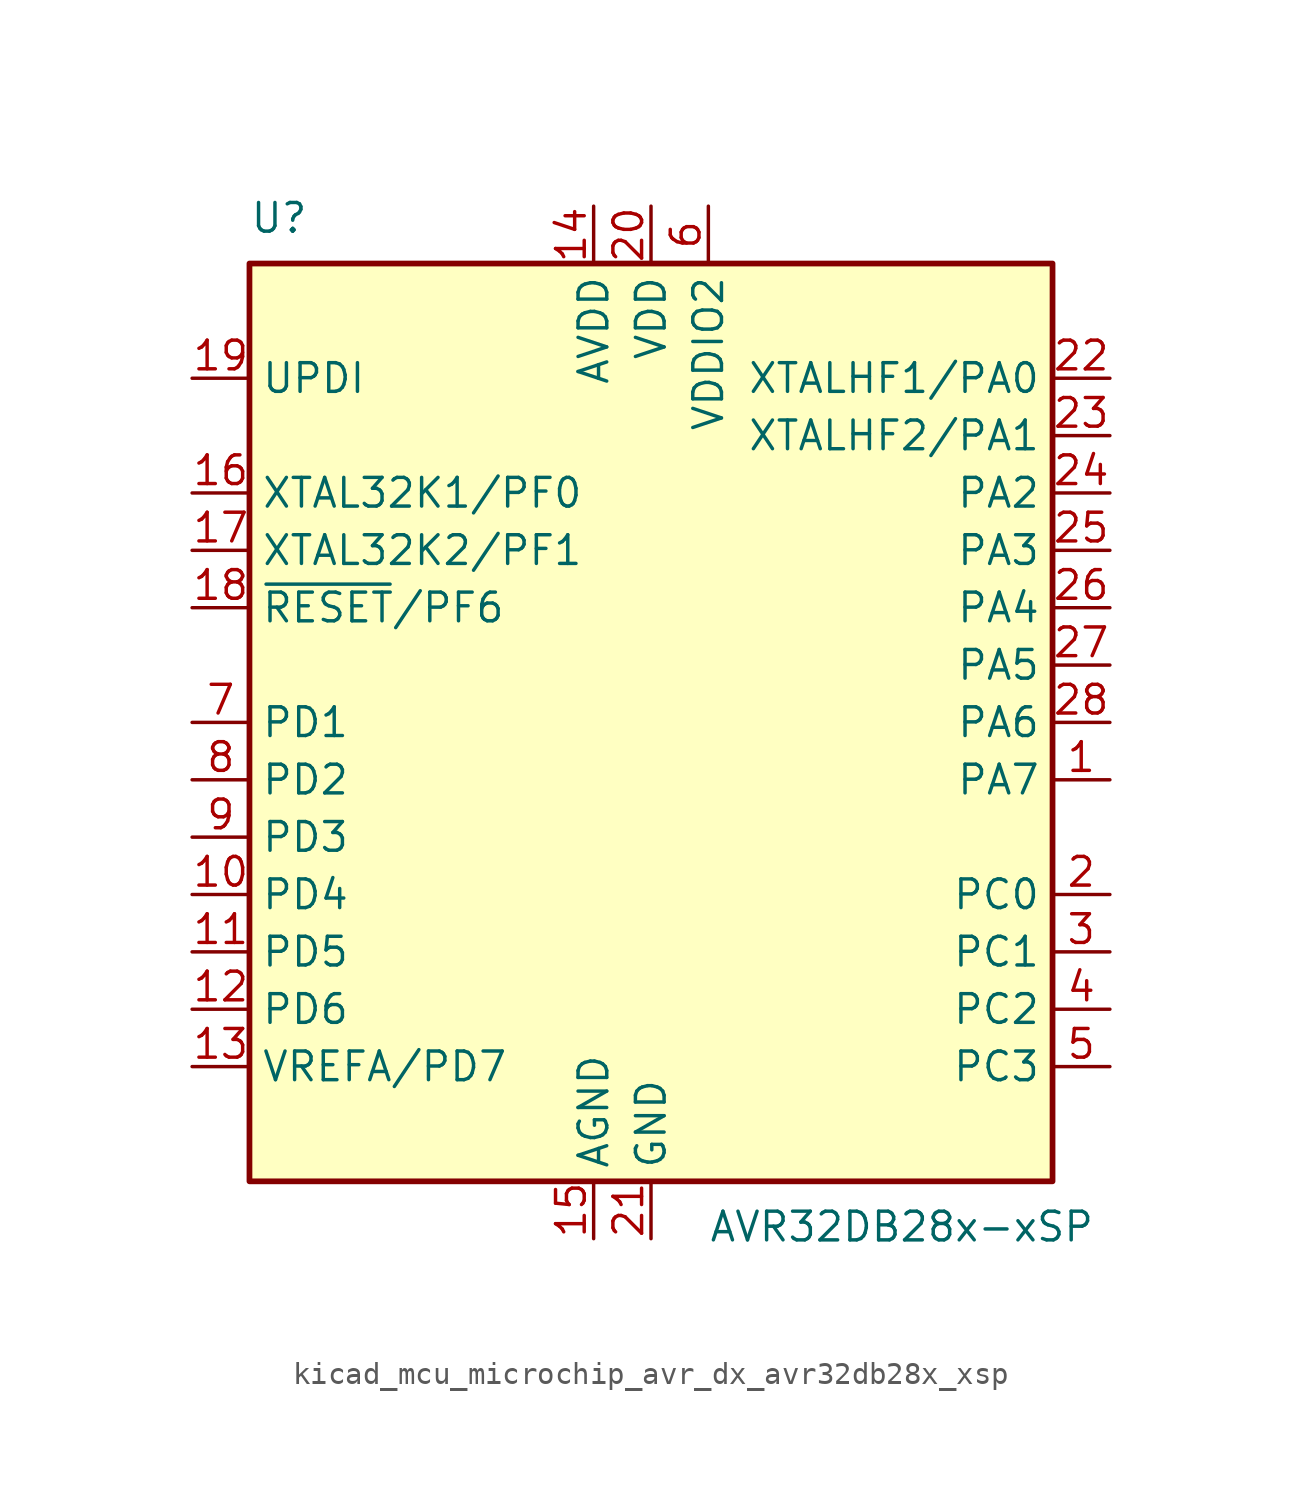
<source format=kicad_sym>
(kicad_symbol_lib
  (version 20220914)
  (generator kicad_symbol_editor)
  (symbol "kicad_mcu_microchip_avr_dx_avr32db28x_xsp"
    (property "Reference" "U"
      (at -17.78 21.59 0)
      (effects (font (size 1.27 1.27)) (justify left bottom)))
    (property "Value" "AVR32DB28x-xSP"
      (at 2.54 -21.59 0)
      (effects (font (size 1.27 1.27)) (justify left top)))
    (symbol "kicad_mcu_microchip_avr_dx_avr32db28x_xsp_0_1"
      (rectangle (start -17.78 20.32) (end 17.78 -20.32) (stroke (width 0.254) (type default)) (fill (type background))))
    (symbol "kicad_mcu_microchip_avr_dx_avr32db28x_xsp_1_1"
      (pin bidirectional line (at 20.32 -2.54 180) (length 2.54) (name "PA7" (effects (font (size 1.27 1.27)))) (number "1" (effects (font (size 1.27 1.27)))))
      (pin bidirectional line (at -20.32 -7.62 0) (length 2.54) (name "PD4" (effects (font (size 1.27 1.27)))) (number "10" (effects (font (size 1.27 1.27)))))
      (pin bidirectional line (at -20.32 -10.16 0) (length 2.54) (name "PD5" (effects (font (size 1.27 1.27)))) (number "11" (effects (font (size 1.27 1.27)))))
      (pin bidirectional line (at -20.32 -12.7 0) (length 2.54) (name "PD6" (effects (font (size 1.27 1.27)))) (number "12" (effects (font (size 1.27 1.27)))))
      (pin bidirectional line (at -20.32 -15.24 0) (length 2.54) (name "VREFA/PD7" (effects (font (size 1.27 1.27)))) (number "13" (effects (font (size 1.27 1.27)))))
      (pin power_in line (at -2.54 22.86 270) (length 2.54) (name "AVDD" (effects (font (size 1.27 1.27)))) (number "14" (effects (font (size 1.27 1.27)))))
      (pin power_in line (at -2.54 -22.86 90) (length 2.54) (name "AGND" (effects (font (size 1.27 1.27)))) (number "15" (effects (font (size 1.27 1.27)))))
      (pin bidirectional line (at -20.32 10.16 0) (length 2.54) (name "XTAL32K1/PF0" (effects (font (size 1.27 1.27)))) (number "16" (effects (font (size 1.27 1.27)))))
      (pin bidirectional line (at -20.32 7.62 0) (length 2.54) (name "XTAL32K2/PF1" (effects (font (size 1.27 1.27)))) (number "17" (effects (font (size 1.27 1.27)))))
      (pin bidirectional line (at -20.32 5.08 0) (length 2.54) (name "~{RESET}/PF6" (effects (font (size 1.27 1.27)))) (number "18" (effects (font (size 1.27 1.27)))))
      (pin input line (at -20.32 15.24 0) (length 2.54) (name "UPDI" (effects (font (size 1.27 1.27)))) (number "19" (effects (font (size 1.27 1.27)))))
      (pin bidirectional line (at 20.32 -7.62 180) (length 2.54) (name "PC0" (effects (font (size 1.27 1.27)))) (number "2" (effects (font (size 1.27 1.27)))))
      (pin power_in line (at 0 22.86 270) (length 2.54) (name "VDD" (effects (font (size 1.27 1.27)))) (number "20" (effects (font (size 1.27 1.27)))))
      (pin power_in line (at 0 -22.86 90) (length 2.54) (name "GND" (effects (font (size 1.27 1.27)))) (number "21" (effects (font (size 1.27 1.27)))))
      (pin bidirectional line (at 20.32 15.24 180) (length 2.54) (name "XTALHF1/PA0" (effects (font (size 1.27 1.27)))) (number "22" (effects (font (size 1.27 1.27)))))
      (pin bidirectional line (at 20.32 12.7 180) (length 2.54) (name "XTALHF2/PA1" (effects (font (size 1.27 1.27)))) (number "23" (effects (font (size 1.27 1.27)))))
      (pin bidirectional line (at 20.32 10.16 180) (length 2.54) (name "PA2" (effects (font (size 1.27 1.27)))) (number "24" (effects (font (size 1.27 1.27)))))
      (pin bidirectional line (at 20.32 7.62 180) (length 2.54) (name "PA3" (effects (font (size 1.27 1.27)))) (number "25" (effects (font (size 1.27 1.27)))))
      (pin bidirectional line (at 20.32 5.08 180) (length 2.54) (name "PA4" (effects (font (size 1.27 1.27)))) (number "26" (effects (font (size 1.27 1.27)))))
      (pin bidirectional line (at 20.32 2.54 180) (length 2.54) (name "PA5" (effects (font (size 1.27 1.27)))) (number "27" (effects (font (size 1.27 1.27)))))
      (pin bidirectional line (at 20.32 0 180) (length 2.54) (name "PA6" (effects (font (size 1.27 1.27)))) (number "28" (effects (font (size 1.27 1.27)))))
      (pin bidirectional line (at 20.32 -10.16 180) (length 2.54) (name "PC1" (effects (font (size 1.27 1.27)))) (number "3" (effects (font (size 1.27 1.27)))))
      (pin bidirectional line (at 20.32 -12.7 180) (length 2.54) (name "PC2" (effects (font (size 1.27 1.27)))) (number "4" (effects (font (size 1.27 1.27)))))
      (pin bidirectional line (at 20.32 -15.24 180) (length 2.54) (name "PC3" (effects (font (size 1.27 1.27)))) (number "5" (effects (font (size 1.27 1.27)))))
      (pin power_in line (at 2.54 22.86 270) (length 2.54) (name "VDDIO2" (effects (font (size 1.27 1.27)))) (number "6" (effects (font (size 1.27 1.27)))))
      (pin bidirectional line (at -20.32 0 0) (length 2.54) (name "PD1" (effects (font (size 1.27 1.27)))) (number "7" (effects (font (size 1.27 1.27)))))
      (pin bidirectional line (at -20.32 -2.54 0) (length 2.54) (name "PD2" (effects (font (size 1.27 1.27)))) (number "8" (effects (font (size 1.27 1.27)))))
      (pin bidirectional line (at -20.32 -5.08 0) (length 2.54) (name "PD3" (effects (font (size 1.27 1.27)))) (number "9" (effects (font (size 1.27 1.27))))))))
</source>
